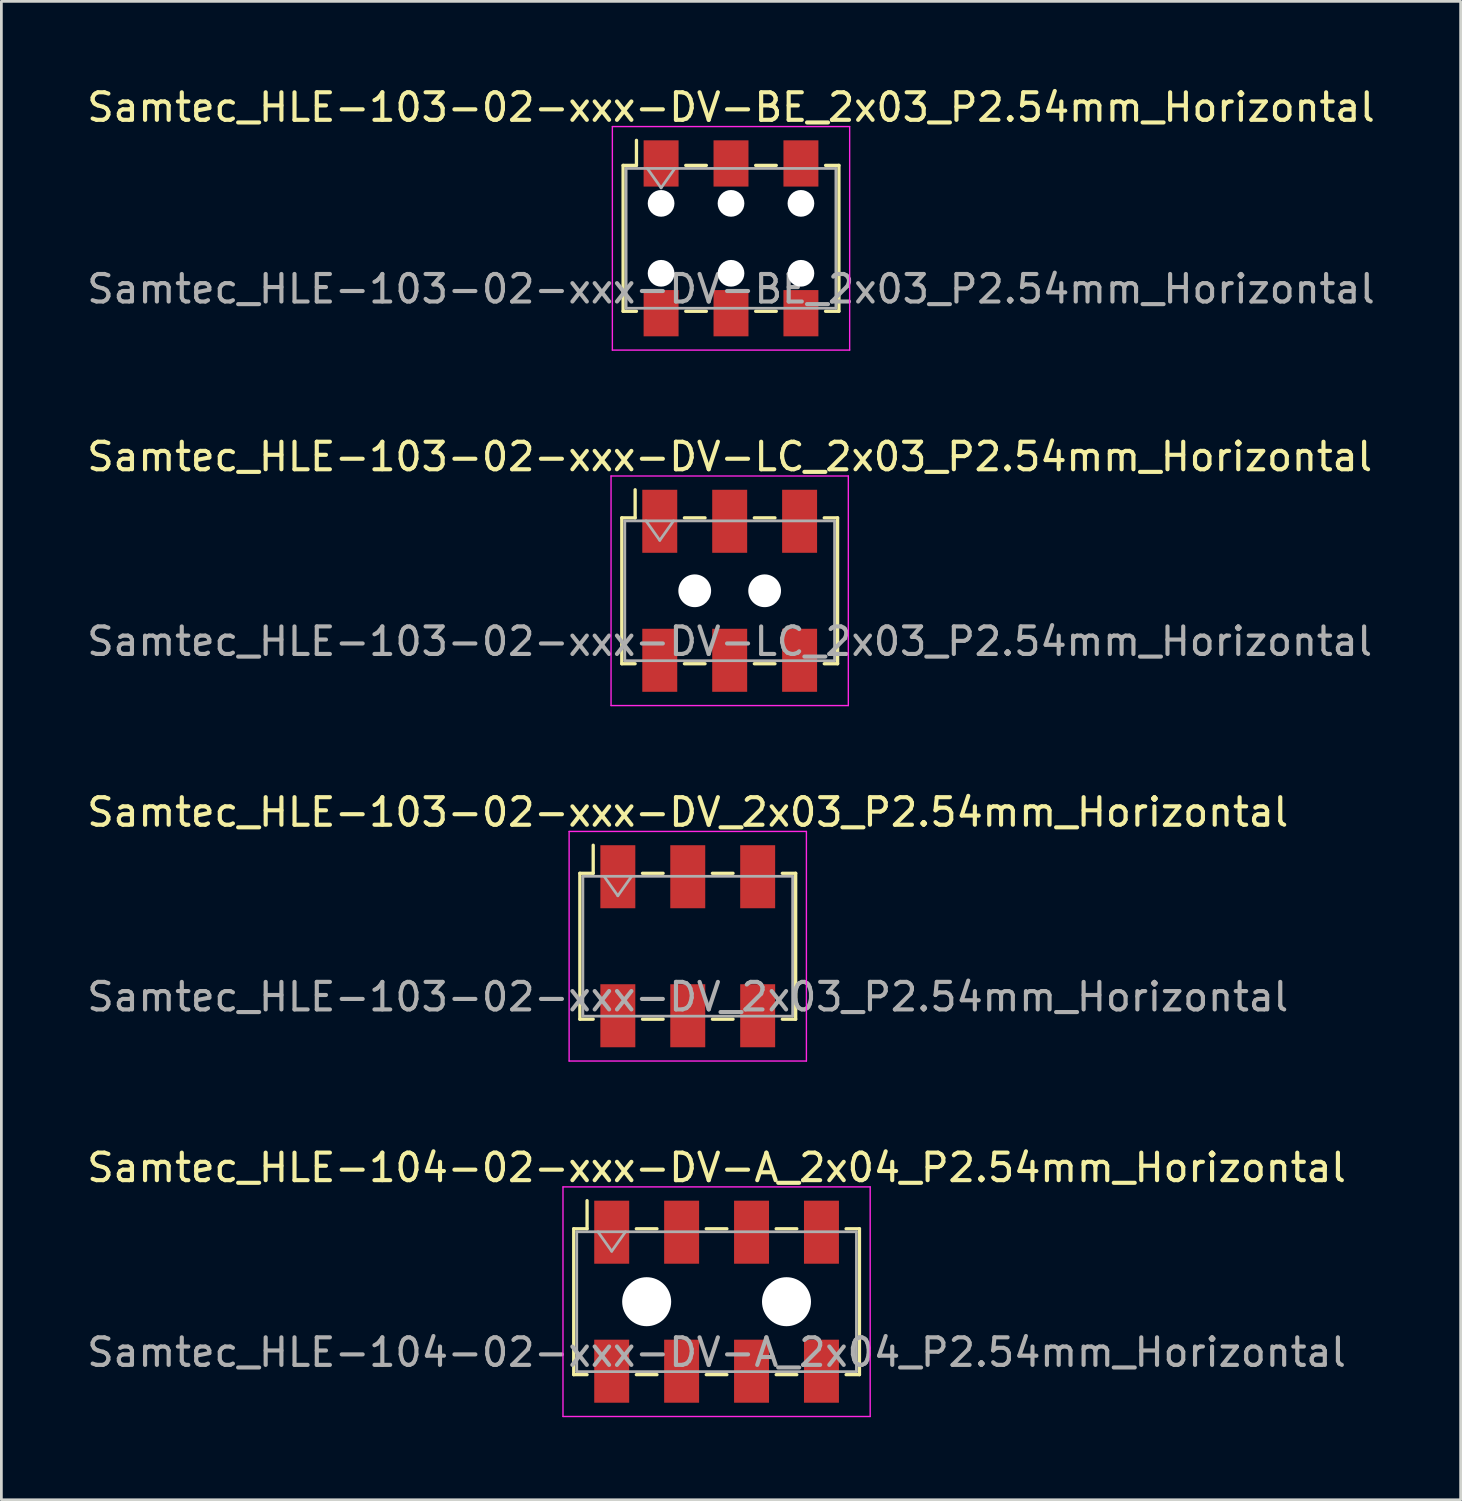
<source format=kicad_pcb>
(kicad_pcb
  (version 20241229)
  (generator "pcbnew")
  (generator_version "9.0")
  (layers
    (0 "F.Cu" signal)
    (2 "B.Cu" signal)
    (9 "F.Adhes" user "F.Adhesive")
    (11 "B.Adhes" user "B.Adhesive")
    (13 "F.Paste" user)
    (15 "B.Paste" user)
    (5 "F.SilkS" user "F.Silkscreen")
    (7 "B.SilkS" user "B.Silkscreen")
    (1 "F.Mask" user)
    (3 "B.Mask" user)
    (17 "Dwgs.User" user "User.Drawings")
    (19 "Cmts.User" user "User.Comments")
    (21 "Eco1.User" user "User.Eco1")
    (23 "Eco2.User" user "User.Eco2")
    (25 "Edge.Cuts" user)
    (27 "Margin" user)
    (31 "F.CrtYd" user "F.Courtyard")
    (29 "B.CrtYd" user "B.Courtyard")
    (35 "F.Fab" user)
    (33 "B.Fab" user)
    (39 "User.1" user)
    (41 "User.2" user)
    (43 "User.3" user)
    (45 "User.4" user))
  (footprint "Samtec_HLE-103-02-xxx-DV_2x03_P2.54mm_Horizontal"
    (layer "F.Cu")
    (at 21.935 31.325)
    (property "Reference" "Samtec_HLE-103-02-xxx-DV_2x03_P2.54mm_Horizontal" (at 0 -4.87 0) (layer "F.SilkS") (effects (font (size 1 1) (thickness 0.15))))
    (attr smd)
    (fp_line (start -3.92 -2.65) (end -3.92 2.65) (stroke (width 0.12) (type solid)) (layer "F.SilkS"))
    (fp_line (start -3.92 2.65) (end -3.435 2.65) (stroke (width 0.12) (type solid)) (layer "F.SilkS"))
    (fp_line (start -3.435 -3.67) (end -3.435 -2.65) (stroke (width 0.12) (type solid)) (layer "F.SilkS"))
    (fp_line (start -3.435 -2.65) (end -3.92 -2.65) (stroke (width 0.12) (type solid)) (layer "F.SilkS"))
    (fp_line (start -1.645 -2.65) (end -0.895 -2.65) (stroke (width 0.12) (type solid)) (layer "F.SilkS"))
    (fp_line (start -1.645 2.65) (end -0.895 2.65) (stroke (width 0.12) (type solid)) (layer "F.SilkS"))
    (fp_line (start 0.895 -2.65) (end 1.645 -2.65) (stroke (width 0.12) (type solid)) (layer "F.SilkS"))
    (fp_line (start 0.895 2.65) (end 1.645 2.65) (stroke (width 0.12) (type solid)) (layer "F.SilkS"))
    (fp_line (start 3.435 -2.65) (end 3.92 -2.65) (stroke (width 0.12) (type solid)) (layer "F.SilkS"))
    (fp_line (start 3.92 -2.65) (end 3.92 2.65) (stroke (width 0.12) (type solid)) (layer "F.SilkS"))
    (fp_line (start 3.92 2.65) (end 3.435 2.65) (stroke (width 0.12) (type solid)) (layer "F.SilkS"))
    (fp_line (start -4.31 -4.17) (end 4.31 -4.17) (stroke (width 0.05) (type solid)) (layer "F.CrtYd"))
    (fp_line (start -4.31 4.17) (end -4.31 -4.17) (stroke (width 0.05) (type solid)) (layer "F.CrtYd"))
    (fp_line (start 4.31 -4.17) (end 4.31 4.17) (stroke (width 0.05) (type solid)) (layer "F.CrtYd"))
    (fp_line (start 4.31 4.17) (end -4.31 4.17) (stroke (width 0.05) (type solid)) (layer "F.CrtYd"))
    (fp_line (start -3.81 -2.54) (end 3.81 -2.54) (stroke (width 0.1) (type solid)) (layer "F.Fab"))
    (fp_line (start -3.81 2.54) (end -3.81 -2.54) (stroke (width 0.1) (type solid)) (layer "F.Fab"))
    (fp_line (start -3.04 -2.54) (end -2.54 -1.833) (stroke (width 0.1) (type solid)) (layer "F.Fab"))
    (fp_line (start -2.54 -1.833) (end -2.04 -2.54) (stroke (width 0.1) (type solid)) (layer "F.Fab"))
    (fp_line (start 3.81 -2.54) (end 3.81 2.54) (stroke (width 0.1) (type solid)) (layer "F.Fab"))
    (fp_line (start 3.81 2.54) (end -3.81 2.54) (stroke (width 0.1) (type solid)) (layer "F.Fab"))
    (fp_text user "${REFERENCE}" (at 0 1.84 0) (layer "F.Fab") (effects (font (size 1 1) (thickness 0.15))))
    (pad "1" smd rect (at -2.54 -2.525) (size 1.27 2.29) (layers "F.Cu" "F.Mask" "F.Paste"))
    (pad "2" smd rect (at -2.54 2.525) (size 1.27 2.29) (layers "F.Cu" "F.Mask" "F.Paste"))
    (pad "3" smd rect (at 0 -2.525) (size 1.27 2.29) (layers "F.Cu" "F.Mask" "F.Paste"))
    (pad "4" smd rect (at 0 2.525) (size 1.27 2.29) (layers "F.Cu" "F.Mask" "F.Paste"))
    (pad "5" smd rect (at 2.54 -2.525) (size 1.27 2.29) (layers "F.Cu" "F.Mask" "F.Paste"))
    (pad "6" smd rect (at 2.54 2.525) (size 1.27 2.29) (layers "F.Cu" "F.Mask" "F.Paste")))
  (footprint "Samtec_HLE-103-02-xxx-DV-BE_2x03_P2.54mm_Horizontal"
    (layer "F.Cu")
    (at 23.506 5.608)
    (property "Reference" "Samtec_HLE-103-02-xxx-DV-BE_2x03_P2.54mm_Horizontal" (at 0 -4.76 0) (layer "F.SilkS") (effects (font (size 1 1) (thickness 0.15))))
    (attr smd)
    (fp_line (start -3.92 -2.65) (end -3.92 2.65) (stroke (width 0.12) (type solid)) (layer "F.SilkS"))
    (fp_line (start -3.92 2.65) (end -3.435 2.65) (stroke (width 0.12) (type solid)) (layer "F.SilkS"))
    (fp_line (start -3.435 -3.56) (end -3.435 -2.65) (stroke (width 0.12) (type solid)) (layer "F.SilkS"))
    (fp_line (start -3.435 -2.65) (end -3.92 -2.65) (stroke (width 0.12) (type solid)) (layer "F.SilkS"))
    (fp_line (start -1.645 -2.65) (end -0.895 -2.65) (stroke (width 0.12) (type solid)) (layer "F.SilkS"))
    (fp_line (start -1.645 2.65) (end -0.895 2.65) (stroke (width 0.12) (type solid)) (layer "F.SilkS"))
    (fp_line (start 0.895 -2.65) (end 1.645 -2.65) (stroke (width 0.12) (type solid)) (layer "F.SilkS"))
    (fp_line (start 0.895 2.65) (end 1.645 2.65) (stroke (width 0.12) (type solid)) (layer "F.SilkS"))
    (fp_line (start 3.435 -2.65) (end 3.92 -2.65) (stroke (width 0.12) (type solid)) (layer "F.SilkS"))
    (fp_line (start 3.92 -2.65) (end 3.92 2.65) (stroke (width 0.12) (type solid)) (layer "F.SilkS"))
    (fp_line (start 3.92 2.65) (end 3.435 2.65) (stroke (width 0.12) (type solid)) (layer "F.SilkS"))
    (fp_line (start -4.31 -4.06) (end 4.31 -4.06) (stroke (width 0.05) (type solid)) (layer "F.CrtYd"))
    (fp_line (start -4.31 4.06) (end -4.31 -4.06) (stroke (width 0.05) (type solid)) (layer "F.CrtYd"))
    (fp_line (start 4.31 -4.06) (end 4.31 4.06) (stroke (width 0.05) (type solid)) (layer "F.CrtYd"))
    (fp_line (start 4.31 4.06) (end -4.31 4.06) (stroke (width 0.05) (type solid)) (layer "F.CrtYd"))
    (fp_line (start -3.81 -2.54) (end 3.81 -2.54) (stroke (width 0.1) (type solid)) (layer "F.Fab"))
    (fp_line (start -3.81 2.54) (end -3.81 -2.54) (stroke (width 0.1) (type solid)) (layer "F.Fab"))
    (fp_line (start -3.04 -2.54) (end -2.54 -1.833) (stroke (width 0.1) (type solid)) (layer "F.Fab"))
    (fp_line (start -2.54 -1.833) (end -2.04 -2.54) (stroke (width 0.1) (type solid)) (layer "F.Fab"))
    (fp_line (start 3.81 -2.54) (end 3.81 2.54) (stroke (width 0.1) (type solid)) (layer "F.Fab"))
    (fp_line (start 3.81 2.54) (end -3.81 2.54) (stroke (width 0.1) (type solid)) (layer "F.Fab"))
    (fp_text user "${REFERENCE}" (at 0 1.84 0) (layer "F.Fab") (effects (font (size 1 1) (thickness 0.15))))
    (pad "" np_thru_hole circle (at -2.54 -1.27) (size 0.97 0.97) (drill 0.97) (layers "*.Cu" "*.Mask"))
    (pad "" np_thru_hole circle (at -2.54 1.27) (size 0.97 0.97) (drill 0.97) (layers "*.Cu" "*.Mask"))
    (pad "" np_thru_hole circle (at 0 -1.27) (size 0.97 0.97) (drill 0.97) (layers "*.Cu" "*.Mask"))
    (pad "" np_thru_hole circle (at 0 1.27) (size 0.97 0.97) (drill 0.97) (layers "*.Cu" "*.Mask"))
    (pad "" np_thru_hole circle (at 2.54 -1.27) (size 0.97 0.97) (drill 0.97) (layers "*.Cu" "*.Mask"))
    (pad "" np_thru_hole circle (at 2.54 1.27) (size 0.97 0.97) (drill 0.97) (layers "*.Cu" "*.Mask"))
    (pad "1" smd rect (at -2.54 -2.72) (size 1.27 1.68) (layers "F.Cu" "F.Mask" "F.Paste"))
    (pad "2" smd rect (at -2.54 2.72) (size 1.27 1.68) (layers "F.Cu" "F.Mask" "F.Paste"))
    (pad "3" smd rect (at 0 -2.72) (size 1.27 1.68) (layers "F.Cu" "F.Mask" "F.Paste"))
    (pad "4" smd rect (at 0 2.72) (size 1.27 1.68) (layers "F.Cu" "F.Mask" "F.Paste"))
    (pad "5" smd rect (at 2.54 -2.72) (size 1.27 1.68) (layers "F.Cu" "F.Mask" "F.Paste"))
    (pad "6" smd rect (at 2.54 2.72) (size 1.27 1.68) (layers "F.Cu" "F.Mask" "F.Paste")))
  (footprint "Samtec_HLE-103-02-xxx-DV-LC_2x03_P2.54mm_Horizontal"
    (layer "F.Cu")
    (at 23.458 18.412)
    (property "Reference" "Samtec_HLE-103-02-xxx-DV-LC_2x03_P2.54mm_Horizontal" (at 0 -4.87 0) (layer "F.SilkS") (effects (font (size 1 1) (thickness 0.15))))
    (attr smd)
    (fp_line (start -3.92 -2.65) (end -3.92 2.65) (stroke (width 0.12) (type solid)) (layer "F.SilkS"))
    (fp_line (start -3.92 2.65) (end -3.435 2.65) (stroke (width 0.12) (type solid)) (layer "F.SilkS"))
    (fp_line (start -3.435 -3.67) (end -3.435 -2.65) (stroke (width 0.12) (type solid)) (layer "F.SilkS"))
    (fp_line (start -3.435 -2.65) (end -3.92 -2.65) (stroke (width 0.12) (type solid)) (layer "F.SilkS"))
    (fp_line (start -1.645 -2.65) (end -0.895 -2.65) (stroke (width 0.12) (type solid)) (layer "F.SilkS"))
    (fp_line (start -1.645 2.65) (end -0.895 2.65) (stroke (width 0.12) (type solid)) (layer "F.SilkS"))
    (fp_line (start 0.895 -2.65) (end 1.645 -2.65) (stroke (width 0.12) (type solid)) (layer "F.SilkS"))
    (fp_line (start 0.895 2.65) (end 1.645 2.65) (stroke (width 0.12) (type solid)) (layer "F.SilkS"))
    (fp_line (start 3.435 -2.65) (end 3.92 -2.65) (stroke (width 0.12) (type solid)) (layer "F.SilkS"))
    (fp_line (start 3.92 -2.65) (end 3.92 2.65) (stroke (width 0.12) (type solid)) (layer "F.SilkS"))
    (fp_line (start 3.92 2.65) (end 3.435 2.65) (stroke (width 0.12) (type solid)) (layer "F.SilkS"))
    (fp_line (start -4.31 -4.17) (end 4.31 -4.17) (stroke (width 0.05) (type solid)) (layer "F.CrtYd"))
    (fp_line (start -4.31 4.17) (end -4.31 -4.17) (stroke (width 0.05) (type solid)) (layer "F.CrtYd"))
    (fp_line (start 4.31 -4.17) (end 4.31 4.17) (stroke (width 0.05) (type solid)) (layer "F.CrtYd"))
    (fp_line (start 4.31 4.17) (end -4.31 4.17) (stroke (width 0.05) (type solid)) (layer "F.CrtYd"))
    (fp_line (start -3.81 -2.54) (end 3.81 -2.54) (stroke (width 0.1) (type solid)) (layer "F.Fab"))
    (fp_line (start -3.81 2.54) (end -3.81 -2.54) (stroke (width 0.1) (type solid)) (layer "F.Fab"))
    (fp_line (start -3.04 -2.54) (end -2.54 -1.833) (stroke (width 0.1) (type solid)) (layer "F.Fab"))
    (fp_line (start -2.54 -1.833) (end -2.04 -2.54) (stroke (width 0.1) (type solid)) (layer "F.Fab"))
    (fp_line (start 3.81 -2.54) (end 3.81 2.54) (stroke (width 0.1) (type solid)) (layer "F.Fab"))
    (fp_line (start 3.81 2.54) (end -3.81 2.54) (stroke (width 0.1) (type solid)) (layer "F.Fab"))
    (fp_text user "${REFERENCE}" (at 0 1.84 0) (layer "F.Fab") (effects (font (size 1 1) (thickness 0.15))))
    (pad "" np_thru_hole circle (at -1.27 0) (size 1.19 1.19) (drill 1.19) (layers "*.Cu" "*.Mask"))
    (pad "" np_thru_hole circle (at 1.27 0) (size 1.19 1.19) (drill 1.19) (layers "*.Cu" "*.Mask"))
    (pad "1" smd rect (at -2.54 -2.525) (size 1.27 2.29) (layers "F.Cu" "F.Mask" "F.Paste"))
    (pad "2" smd rect (at -2.54 2.525) (size 1.27 2.29) (layers "F.Cu" "F.Mask" "F.Paste"))
    (pad "3" smd rect (at 0 -2.525) (size 1.27 2.29) (layers "F.Cu" "F.Mask" "F.Paste"))
    (pad "4" smd rect (at 0 2.525) (size 1.27 2.29) (layers "F.Cu" "F.Mask" "F.Paste"))
    (pad "5" smd rect (at 2.54 -2.525) (size 1.27 2.29) (layers "F.Cu" "F.Mask" "F.Paste"))
    (pad "6" smd rect (at 2.54 2.525) (size 1.27 2.29) (layers "F.Cu" "F.Mask" "F.Paste")))
  (footprint "Samtec_HLE-104-02-xxx-DV-A_2x04_P2.54mm_Horizontal"
    (layer "F.Cu")
    (at 22.982 44.238)
    (property "Reference" "Samtec_HLE-104-02-xxx-DV-A_2x04_P2.54mm_Horizontal" (at 0 -4.87 0) (layer "F.SilkS") (effects (font (size 1 1) (thickness 0.15))))
    (attr smd)
    (fp_line (start -5.19 -2.65) (end -5.19 2.65) (stroke (width 0.12) (type solid)) (layer "F.SilkS"))
    (fp_line (start -5.19 2.65) (end -4.705 2.65) (stroke (width 0.12) (type solid)) (layer "F.SilkS"))
    (fp_line (start -4.705 -3.67) (end -4.705 -2.65) (stroke (width 0.12) (type solid)) (layer "F.SilkS"))
    (fp_line (start -4.705 -2.65) (end -5.19 -2.65) (stroke (width 0.12) (type solid)) (layer "F.SilkS"))
    (fp_line (start -2.915 -2.65) (end -2.165 -2.65) (stroke (width 0.12) (type solid)) (layer "F.SilkS"))
    (fp_line (start -2.915 2.65) (end -2.165 2.65) (stroke (width 0.12) (type solid)) (layer "F.SilkS"))
    (fp_line (start -0.375 -2.65) (end 0.375 -2.65) (stroke (width 0.12) (type solid)) (layer "F.SilkS"))
    (fp_line (start -0.375 2.65) (end 0.375 2.65) (stroke (width 0.12) (type solid)) (layer "F.SilkS"))
    (fp_line (start 2.165 -2.65) (end 2.915 -2.65) (stroke (width 0.12) (type solid)) (layer "F.SilkS"))
    (fp_line (start 2.165 2.65) (end 2.915 2.65) (stroke (width 0.12) (type solid)) (layer "F.SilkS"))
    (fp_line (start 4.705 -2.65) (end 5.19 -2.65) (stroke (width 0.12) (type solid)) (layer "F.SilkS"))
    (fp_line (start 5.19 -2.65) (end 5.19 2.65) (stroke (width 0.12) (type solid)) (layer "F.SilkS"))
    (fp_line (start 5.19 2.65) (end 4.705 2.65) (stroke (width 0.12) (type solid)) (layer "F.SilkS"))
    (fp_line (start -5.58 -4.17) (end 5.58 -4.17) (stroke (width 0.05) (type solid)) (layer "F.CrtYd"))
    (fp_line (start -5.58 4.17) (end -5.58 -4.17) (stroke (width 0.05) (type solid)) (layer "F.CrtYd"))
    (fp_line (start 5.58 -4.17) (end 5.58 4.17) (stroke (width 0.05) (type solid)) (layer "F.CrtYd"))
    (fp_line (start 5.58 4.17) (end -5.58 4.17) (stroke (width 0.05) (type solid)) (layer "F.CrtYd"))
    (fp_line (start -5.08 -2.54) (end 5.08 -2.54) (stroke (width 0.1) (type solid)) (layer "F.Fab"))
    (fp_line (start -5.08 2.54) (end -5.08 -2.54) (stroke (width 0.1) (type solid)) (layer "F.Fab"))
    (fp_line (start -4.31 -2.54) (end -3.81 -1.833) (stroke (width 0.1) (type solid)) (layer "F.Fab"))
    (fp_line (start -3.81 -1.833) (end -3.31 -2.54) (stroke (width 0.1) (type solid)) (layer "F.Fab"))
    (fp_line (start 5.08 -2.54) (end 5.08 2.54) (stroke (width 0.1) (type solid)) (layer "F.Fab"))
    (fp_line (start 5.08 2.54) (end -5.08 2.54) (stroke (width 0.1) (type solid)) (layer "F.Fab"))
    (fp_text user "${REFERENCE}" (at 0 1.84 0) (layer "F.Fab") (effects (font (size 1 1) (thickness 0.15))))
    (pad "" np_thru_hole circle (at -2.54 0) (size 1.78 1.78) (drill 1.78) (layers "*.Cu" "*.Mask"))
    (pad "" np_thru_hole circle (at 2.54 0) (size 1.78 1.78) (drill 1.78) (layers "*.Cu" "*.Mask"))
    (pad "1" smd rect (at -3.81 -2.525) (size 1.27 2.29) (layers "F.Cu" "F.Mask" "F.Paste"))
    (pad "2" smd rect (at -3.81 2.525) (size 1.27 2.29) (layers "F.Cu" "F.Mask" "F.Paste"))
    (pad "3" smd rect (at -1.27 -2.525) (size 1.27 2.29) (layers "F.Cu" "F.Mask" "F.Paste"))
    (pad "4" smd rect (at -1.27 2.525) (size 1.27 2.29) (layers "F.Cu" "F.Mask" "F.Paste"))
    (pad "5" smd rect (at 1.27 -2.525) (size 1.27 2.29) (layers "F.Cu" "F.Mask" "F.Paste"))
    (pad "6" smd rect (at 1.27 2.525) (size 1.27 2.29) (layers "F.Cu" "F.Mask" "F.Paste"))
    (pad "7" smd rect (at 3.81 -2.525) (size 1.27 2.29) (layers "F.Cu" "F.Mask" "F.Paste"))
    (pad "8" smd rect (at 3.81 2.525) (size 1.27 2.29) (layers "F.Cu" "F.Mask" "F.Paste")))
  (gr_rect
    (start -3 -3)
    (end 50.012 51.433)
    (stroke (width 0.1) (type default))
    (fill no)
    (layer "Edge.Cuts")))
</source>
